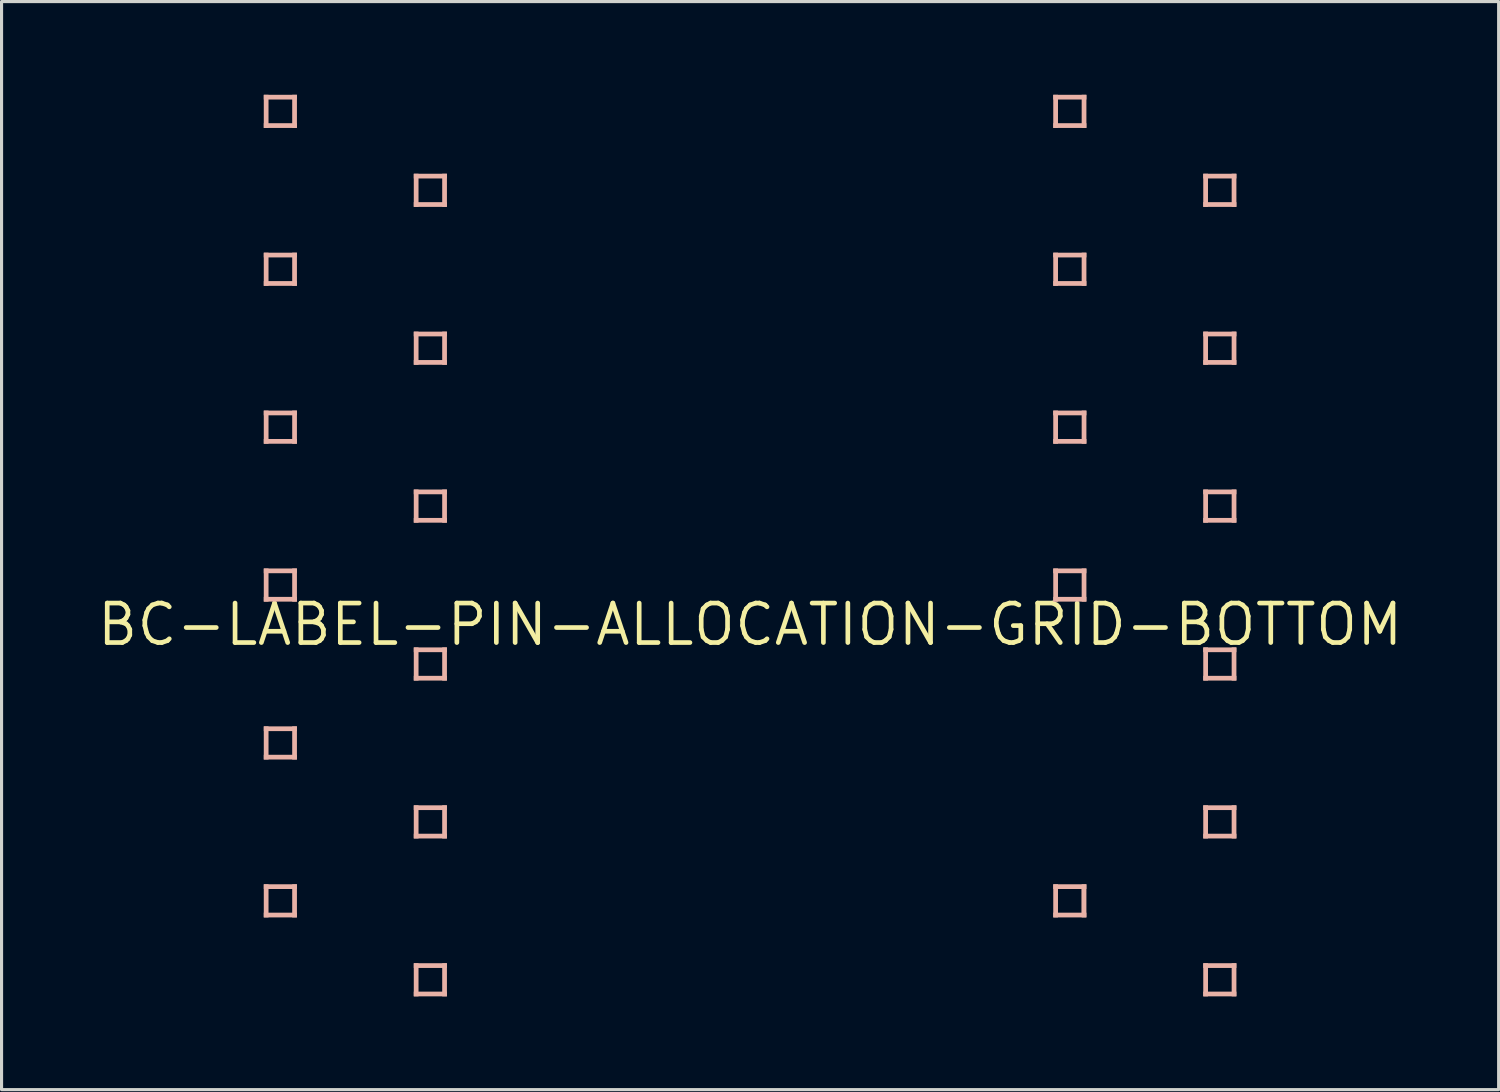
<source format=kicad_pcb>
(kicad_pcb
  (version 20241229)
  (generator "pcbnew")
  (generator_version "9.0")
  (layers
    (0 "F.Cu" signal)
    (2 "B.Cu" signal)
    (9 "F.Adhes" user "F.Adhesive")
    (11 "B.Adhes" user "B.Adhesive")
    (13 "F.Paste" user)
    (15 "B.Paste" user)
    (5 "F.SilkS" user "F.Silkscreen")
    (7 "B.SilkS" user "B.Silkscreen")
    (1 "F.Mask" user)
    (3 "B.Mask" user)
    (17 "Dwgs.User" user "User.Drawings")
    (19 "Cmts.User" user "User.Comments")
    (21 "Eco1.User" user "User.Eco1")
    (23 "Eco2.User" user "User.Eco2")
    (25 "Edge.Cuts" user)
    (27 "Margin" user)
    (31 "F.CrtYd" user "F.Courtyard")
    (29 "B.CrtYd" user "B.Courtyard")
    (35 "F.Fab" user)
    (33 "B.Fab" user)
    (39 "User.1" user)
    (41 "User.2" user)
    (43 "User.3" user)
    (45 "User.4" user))
  (footprint "BC-LABEL-PIN-ALLOCATION-GRID-BOTTOM"
    (layer "F.Cu")
    (at 21.083 17.043)
    (property "Reference" "BC-LABEL-PIN-ALLOCATION-GRID-BOTTOM" (at 0 0 0) (unlocked yes) (layer "F.SilkS") (effects (font (size 1.27 1.27) (thickness 0.15))))
    (fp_poly (pts (xy -15.494 -17.043) (xy -15.646 -17.043) (xy -15.646 -15.977) (xy -15.494 -15.977)) (stroke (width 0) (type default)) (fill yes) (layer "B.SilkS"))
    (fp_poly (pts (xy -15.494 -11.963) (xy -15.646 -11.963) (xy -15.646 -10.897) (xy -15.494 -10.897)) (stroke (width 0) (type default)) (fill yes) (layer "B.SilkS"))
    (fp_poly (pts (xy -15.494 -6.883) (xy -15.646 -6.883) (xy -15.646 -5.817) (xy -15.494 -5.817)) (stroke (width 0) (type default)) (fill yes) (layer "B.SilkS"))
    (fp_poly (pts (xy -15.494 -1.803) (xy -15.646 -1.803) (xy -15.646 -0.737) (xy -15.494 -0.737)) (stroke (width 0) (type default)) (fill yes) (layer "B.SilkS"))
    (fp_poly (pts (xy -15.494 3.277) (xy -15.646 3.277) (xy -15.646 4.343) (xy -15.494 4.343)) (stroke (width 0) (type default)) (fill yes) (layer "B.SilkS"))
    (fp_poly (pts (xy -15.494 8.357) (xy -15.646 8.357) (xy -15.646 9.423) (xy -15.494 9.423)) (stroke (width 0) (type default)) (fill yes) (layer "B.SilkS"))
    (fp_poly (pts (xy -14.58 -17.043) (xy -15.646 -17.043) (xy -15.646 -16.891) (xy -14.58 -16.891)) (stroke (width 0) (type default)) (fill yes) (layer "B.SilkS"))
    (fp_poly (pts (xy -14.58 -17.043) (xy -14.732 -17.043) (xy -14.732 -15.977) (xy -14.58 -15.977)) (stroke (width 0) (type default)) (fill yes) (layer "B.SilkS"))
    (fp_poly (pts (xy -14.58 -16.129) (xy -15.646 -16.129) (xy -15.646 -15.977) (xy -14.58 -15.977)) (stroke (width 0) (type default)) (fill yes) (layer "B.SilkS"))
    (fp_poly (pts (xy -14.58 -11.963) (xy -15.646 -11.963) (xy -15.646 -11.811) (xy -14.58 -11.811)) (stroke (width 0) (type default)) (fill yes) (layer "B.SilkS"))
    (fp_poly (pts (xy -14.58 -11.963) (xy -14.732 -11.963) (xy -14.732 -10.897) (xy -14.58 -10.897)) (stroke (width 0) (type default)) (fill yes) (layer "B.SilkS"))
    (fp_poly (pts (xy -14.58 -11.049) (xy -15.646 -11.049) (xy -15.646 -10.897) (xy -14.58 -10.897)) (stroke (width 0) (type default)) (fill yes) (layer "B.SilkS"))
    (fp_poly (pts (xy -14.58 -6.883) (xy -15.646 -6.883) (xy -15.646 -6.731) (xy -14.58 -6.731)) (stroke (width 0) (type default)) (fill yes) (layer "B.SilkS"))
    (fp_poly (pts (xy -14.58 -6.883) (xy -14.732 -6.883) (xy -14.732 -5.817) (xy -14.58 -5.817)) (stroke (width 0) (type default)) (fill yes) (layer "B.SilkS"))
    (fp_poly (pts (xy -14.58 -5.969) (xy -15.646 -5.969) (xy -15.646 -5.817) (xy -14.58 -5.817)) (stroke (width 0) (type default)) (fill yes) (layer "B.SilkS"))
    (fp_poly (pts (xy -14.58 -1.803) (xy -15.646 -1.803) (xy -15.646 -1.651) (xy -14.58 -1.651)) (stroke (width 0) (type default)) (fill yes) (layer "B.SilkS"))
    (fp_poly (pts (xy -14.58 -1.803) (xy -14.732 -1.803) (xy -14.732 -0.737) (xy -14.58 -0.737)) (stroke (width 0) (type default)) (fill yes) (layer "B.SilkS"))
    (fp_poly (pts (xy -14.58 -0.889) (xy -15.646 -0.889) (xy -15.646 -0.737) (xy -14.58 -0.737)) (stroke (width 0) (type default)) (fill yes) (layer "B.SilkS"))
    (fp_poly (pts (xy -14.58 3.277) (xy -15.646 3.277) (xy -15.646 3.429) (xy -14.58 3.429)) (stroke (width 0) (type default)) (fill yes) (layer "B.SilkS"))
    (fp_poly (pts (xy -14.58 3.277) (xy -14.732 3.277) (xy -14.732 4.343) (xy -14.58 4.343)) (stroke (width 0) (type default)) (fill yes) (layer "B.SilkS"))
    (fp_poly (pts (xy -14.58 4.191) (xy -15.646 4.191) (xy -15.646 4.343) (xy -14.58 4.343)) (stroke (width 0) (type default)) (fill yes) (layer "B.SilkS"))
    (fp_poly (pts (xy -14.58 8.357) (xy -15.646 8.357) (xy -15.646 8.509) (xy -14.58 8.509)) (stroke (width 0) (type default)) (fill yes) (layer "B.SilkS"))
    (fp_poly (pts (xy -14.58 8.357) (xy -14.732 8.357) (xy -14.732 9.423) (xy -14.58 9.423)) (stroke (width 0) (type default)) (fill yes) (layer "B.SilkS"))
    (fp_poly (pts (xy -14.58 9.271) (xy -15.646 9.271) (xy -15.646 9.423) (xy -14.58 9.423)) (stroke (width 0) (type default)) (fill yes) (layer "B.SilkS"))
    (fp_poly (pts (xy -10.82 -14.351) (xy -9.754 -14.351) (xy -9.754 -14.503) (xy -10.82 -14.503)) (stroke (width 0) (type default)) (fill yes) (layer "B.SilkS"))
    (fp_poly (pts (xy -10.82 -13.437) (xy -10.668 -13.437) (xy -10.668 -14.503) (xy -10.82 -14.503)) (stroke (width 0) (type default)) (fill yes) (layer "B.SilkS"))
    (fp_poly (pts (xy -10.82 -13.437) (xy -9.754 -13.437) (xy -9.754 -13.589) (xy -10.82 -13.589)) (stroke (width 0) (type default)) (fill yes) (layer "B.SilkS"))
    (fp_poly (pts (xy -10.82 -9.271) (xy -9.754 -9.271) (xy -9.754 -9.423) (xy -10.82 -9.423)) (stroke (width 0) (type default)) (fill yes) (layer "B.SilkS"))
    (fp_poly (pts (xy -10.82 -8.357) (xy -10.668 -8.357) (xy -10.668 -9.423) (xy -10.82 -9.423)) (stroke (width 0) (type default)) (fill yes) (layer "B.SilkS"))
    (fp_poly (pts (xy -10.82 -8.357) (xy -9.754 -8.357) (xy -9.754 -8.509) (xy -10.82 -8.509)) (stroke (width 0) (type default)) (fill yes) (layer "B.SilkS"))
    (fp_poly (pts (xy -10.82 -4.191) (xy -9.754 -4.191) (xy -9.754 -4.343) (xy -10.82 -4.343)) (stroke (width 0) (type default)) (fill yes) (layer "B.SilkS"))
    (fp_poly (pts (xy -10.82 -3.277) (xy -10.668 -3.277) (xy -10.668 -4.343) (xy -10.82 -4.343)) (stroke (width 0) (type default)) (fill yes) (layer "B.SilkS"))
    (fp_poly (pts (xy -10.82 -3.277) (xy -9.754 -3.277) (xy -9.754 -3.429) (xy -10.82 -3.429)) (stroke (width 0) (type default)) (fill yes) (layer "B.SilkS"))
    (fp_poly (pts (xy -10.82 0.889) (xy -9.754 0.889) (xy -9.754 0.737) (xy -10.82 0.737)) (stroke (width 0) (type default)) (fill yes) (layer "B.SilkS"))
    (fp_poly (pts (xy -10.82 1.803) (xy -10.668 1.803) (xy -10.668 0.737) (xy -10.82 0.737)) (stroke (width 0) (type default)) (fill yes) (layer "B.SilkS"))
    (fp_poly (pts (xy -10.82 1.803) (xy -9.754 1.803) (xy -9.754 1.651) (xy -10.82 1.651)) (stroke (width 0) (type default)) (fill yes) (layer "B.SilkS"))
    (fp_poly (pts (xy -10.82 5.969) (xy -9.754 5.969) (xy -9.754 5.817) (xy -10.82 5.817)) (stroke (width 0) (type default)) (fill yes) (layer "B.SilkS"))
    (fp_poly (pts (xy -10.82 6.883) (xy -10.668 6.883) (xy -10.668 5.817) (xy -10.82 5.817)) (stroke (width 0) (type default)) (fill yes) (layer "B.SilkS"))
    (fp_poly (pts (xy -10.82 6.883) (xy -9.754 6.883) (xy -9.754 6.731) (xy -10.82 6.731)) (stroke (width 0) (type default)) (fill yes) (layer "B.SilkS"))
    (fp_poly (pts (xy -10.82 11.049) (xy -9.754 11.049) (xy -9.754 10.897) (xy -10.82 10.897)) (stroke (width 0) (type default)) (fill yes) (layer "B.SilkS"))
    (fp_poly (pts (xy -10.82 11.963) (xy -10.668 11.963) (xy -10.668 10.897) (xy -10.82 10.897)) (stroke (width 0) (type default)) (fill yes) (layer "B.SilkS"))
    (fp_poly (pts (xy -10.82 11.963) (xy -9.754 11.963) (xy -9.754 11.811) (xy -10.82 11.811)) (stroke (width 0) (type default)) (fill yes) (layer "B.SilkS"))
    (fp_poly (pts (xy -9.906 -13.437) (xy -9.754 -13.437) (xy -9.754 -14.503) (xy -9.906 -14.503)) (stroke (width 0) (type default)) (fill yes) (layer "B.SilkS"))
    (fp_poly (pts (xy -9.906 -8.357) (xy -9.754 -8.357) (xy -9.754 -9.423) (xy -9.906 -9.423)) (stroke (width 0) (type default)) (fill yes) (layer "B.SilkS"))
    (fp_poly (pts (xy -9.906 -3.277) (xy -9.754 -3.277) (xy -9.754 -4.343) (xy -9.906 -4.343)) (stroke (width 0) (type default)) (fill yes) (layer "B.SilkS"))
    (fp_poly (pts (xy -9.906 1.803) (xy -9.754 1.803) (xy -9.754 0.737) (xy -9.906 0.737)) (stroke (width 0) (type default)) (fill yes) (layer "B.SilkS"))
    (fp_poly (pts (xy -9.906 6.883) (xy -9.754 6.883) (xy -9.754 5.817) (xy -9.906 5.817)) (stroke (width 0) (type default)) (fill yes) (layer "B.SilkS"))
    (fp_poly (pts (xy -9.906 11.963) (xy -9.754 11.963) (xy -9.754 10.897) (xy -9.906 10.897)) (stroke (width 0) (type default)) (fill yes) (layer "B.SilkS"))
    (fp_poly (pts (xy 9.906 -17.043) (xy 9.754 -17.043) (xy 9.754 -15.977) (xy 9.906 -15.977)) (stroke (width 0) (type default)) (fill yes) (layer "B.SilkS"))
    (fp_poly (pts (xy 9.906 -11.963) (xy 9.754 -11.963) (xy 9.754 -10.897) (xy 9.906 -10.897)) (stroke (width 0) (type default)) (fill yes) (layer "B.SilkS"))
    (fp_poly (pts (xy 9.906 -6.883) (xy 9.754 -6.883) (xy 9.754 -5.817) (xy 9.906 -5.817)) (stroke (width 0) (type default)) (fill yes) (layer "B.SilkS"))
    (fp_poly (pts (xy 9.906 -1.803) (xy 9.754 -1.803) (xy 9.754 -0.737) (xy 9.906 -0.737)) (stroke (width 0) (type default)) (fill yes) (layer "B.SilkS"))
    (fp_poly (pts (xy 9.906 8.357) (xy 9.754 8.357) (xy 9.754 9.423) (xy 9.906 9.423)) (stroke (width 0) (type default)) (fill yes) (layer "B.SilkS"))
    (fp_poly (pts (xy 10.668 9.398) (xy 10.795 9.398) (xy 10.795 8.382) (xy 10.668 8.382)) (stroke (width 0) (type default)) (fill yes) (layer "B.SilkS"))
    (fp_poly (pts (xy 10.82 -17.043) (xy 9.754 -17.043) (xy 9.754 -16.891) (xy 10.82 -16.891)) (stroke (width 0) (type default)) (fill yes) (layer "B.SilkS"))
    (fp_poly (pts (xy 10.82 -17.043) (xy 10.668 -17.043) (xy 10.668 -15.977) (xy 10.82 -15.977)) (stroke (width 0) (type default)) (fill yes) (layer "B.SilkS"))
    (fp_poly (pts (xy 10.82 -16.129) (xy 9.754 -16.129) (xy 9.754 -15.977) (xy 10.82 -15.977)) (stroke (width 0) (type default)) (fill yes) (layer "B.SilkS"))
    (fp_poly (pts (xy 10.82 -11.963) (xy 9.754 -11.963) (xy 9.754 -11.811) (xy 10.82 -11.811)) (stroke (width 0) (type default)) (fill yes) (layer "B.SilkS"))
    (fp_poly (pts (xy 10.82 -11.963) (xy 10.668 -11.963) (xy 10.668 -10.897) (xy 10.82 -10.897)) (stroke (width 0) (type default)) (fill yes) (layer "B.SilkS"))
    (fp_poly (pts (xy 10.82 -11.049) (xy 9.754 -11.049) (xy 9.754 -10.897) (xy 10.82 -10.897)) (stroke (width 0) (type default)) (fill yes) (layer "B.SilkS"))
    (fp_poly (pts (xy 10.82 -6.883) (xy 9.754 -6.883) (xy 9.754 -6.731) (xy 10.82 -6.731)) (stroke (width 0) (type default)) (fill yes) (layer "B.SilkS"))
    (fp_poly (pts (xy 10.82 -6.883) (xy 10.668 -6.883) (xy 10.668 -5.817) (xy 10.82 -5.817)) (stroke (width 0) (type default)) (fill yes) (layer "B.SilkS"))
    (fp_poly (pts (xy 10.82 -5.969) (xy 9.754 -5.969) (xy 9.754 -5.817) (xy 10.82 -5.817)) (stroke (width 0) (type default)) (fill yes) (layer "B.SilkS"))
    (fp_poly (pts (xy 10.82 -1.803) (xy 9.754 -1.803) (xy 9.754 -1.651) (xy 10.82 -1.651)) (stroke (width 0) (type default)) (fill yes) (layer "B.SilkS"))
    (fp_poly (pts (xy 10.82 -1.803) (xy 10.668 -1.803) (xy 10.668 -0.737) (xy 10.82 -0.737)) (stroke (width 0) (type default)) (fill yes) (layer "B.SilkS"))
    (fp_poly (pts (xy 10.82 -0.889) (xy 9.754 -0.889) (xy 9.754 -0.737) (xy 10.82 -0.737)) (stroke (width 0) (type default)) (fill yes) (layer "B.SilkS"))
    (fp_poly (pts (xy 10.82 8.357) (xy 9.754 8.357) (xy 9.754 8.509) (xy 10.82 8.509)) (stroke (width 0) (type default)) (fill yes) (layer "B.SilkS"))
    (fp_poly (pts (xy 10.82 8.357) (xy 10.668 8.357) (xy 10.668 9.423) (xy 10.82 9.423)) (stroke (width 0) (type default)) (fill yes) (layer "B.SilkS"))
    (fp_poly (pts (xy 10.82 9.271) (xy 9.754 9.271) (xy 9.754 9.423) (xy 10.82 9.423)) (stroke (width 0) (type default)) (fill yes) (layer "B.SilkS"))
    (fp_poly (pts (xy 14.58 -14.351) (xy 15.646 -14.351) (xy 15.646 -14.503) (xy 14.58 -14.503)) (stroke (width 0) (type default)) (fill yes) (layer "B.SilkS"))
    (fp_poly (pts (xy 14.58 -13.437) (xy 14.732 -13.437) (xy 14.732 -14.503) (xy 14.58 -14.503)) (stroke (width 0) (type default)) (fill yes) (layer "B.SilkS"))
    (fp_poly (pts (xy 14.58 -13.437) (xy 15.646 -13.437) (xy 15.646 -13.589) (xy 14.58 -13.589)) (stroke (width 0) (type default)) (fill yes) (layer "B.SilkS"))
    (fp_poly (pts (xy 14.58 -9.271) (xy 15.646 -9.271) (xy 15.646 -9.423) (xy 14.58 -9.423)) (stroke (width 0) (type default)) (fill yes) (layer "B.SilkS"))
    (fp_poly (pts (xy 14.58 -8.357) (xy 14.732 -8.357) (xy 14.732 -9.423) (xy 14.58 -9.423)) (stroke (width 0) (type default)) (fill yes) (layer "B.SilkS"))
    (fp_poly (pts (xy 14.58 -8.357) (xy 15.646 -8.357) (xy 15.646 -8.509) (xy 14.58 -8.509)) (stroke (width 0) (type default)) (fill yes) (layer "B.SilkS"))
    (fp_poly (pts (xy 14.58 -4.191) (xy 15.646 -4.191) (xy 15.646 -4.343) (xy 14.58 -4.343)) (stroke (width 0) (type default)) (fill yes) (layer "B.SilkS"))
    (fp_poly (pts (xy 14.58 -3.277) (xy 14.732 -3.277) (xy 14.732 -4.343) (xy 14.58 -4.343)) (stroke (width 0) (type default)) (fill yes) (layer "B.SilkS"))
    (fp_poly (pts (xy 14.58 -3.277) (xy 15.646 -3.277) (xy 15.646 -3.429) (xy 14.58 -3.429)) (stroke (width 0) (type default)) (fill yes) (layer "B.SilkS"))
    (fp_poly (pts (xy 14.58 0.889) (xy 15.646 0.889) (xy 15.646 0.737) (xy 14.58 0.737)) (stroke (width 0) (type default)) (fill yes) (layer "B.SilkS"))
    (fp_poly (pts (xy 14.58 1.803) (xy 14.732 1.803) (xy 14.732 0.737) (xy 14.58 0.737)) (stroke (width 0) (type default)) (fill yes) (layer "B.SilkS"))
    (fp_poly (pts (xy 14.58 1.803) (xy 15.646 1.803) (xy 15.646 1.651) (xy 14.58 1.651)) (stroke (width 0) (type default)) (fill yes) (layer "B.SilkS"))
    (fp_poly (pts (xy 14.58 5.969) (xy 15.646 5.969) (xy 15.646 5.817) (xy 14.58 5.817)) (stroke (width 0) (type default)) (fill yes) (layer "B.SilkS"))
    (fp_poly (pts (xy 14.58 6.883) (xy 14.732 6.883) (xy 14.732 5.817) (xy 14.58 5.817)) (stroke (width 0) (type default)) (fill yes) (layer "B.SilkS"))
    (fp_poly (pts (xy 14.58 6.883) (xy 15.646 6.883) (xy 15.646 6.731) (xy 14.58 6.731)) (stroke (width 0) (type default)) (fill yes) (layer "B.SilkS"))
    (fp_poly (pts (xy 14.58 11.049) (xy 15.646 11.049) (xy 15.646 10.897) (xy 14.58 10.897)) (stroke (width 0) (type default)) (fill yes) (layer "B.SilkS"))
    (fp_poly (pts (xy 14.58 11.963) (xy 14.732 11.963) (xy 14.732 10.897) (xy 14.58 10.897)) (stroke (width 0) (type default)) (fill yes) (layer "B.SilkS"))
    (fp_poly (pts (xy 14.58 11.963) (xy 15.646 11.963) (xy 15.646 11.811) (xy 14.58 11.811)) (stroke (width 0) (type default)) (fill yes) (layer "B.SilkS"))
    (fp_poly (pts (xy 15.494 -13.437) (xy 15.646 -13.437) (xy 15.646 -14.503) (xy 15.494 -14.503)) (stroke (width 0) (type default)) (fill yes) (layer "B.SilkS"))
    (fp_poly (pts (xy 15.494 -8.357) (xy 15.646 -8.357) (xy 15.646 -9.423) (xy 15.494 -9.423)) (stroke (width 0) (type default)) (fill yes) (layer "B.SilkS"))
    (fp_poly (pts (xy 15.494 -3.277) (xy 15.646 -3.277) (xy 15.646 -4.343) (xy 15.494 -4.343)) (stroke (width 0) (type default)) (fill yes) (layer "B.SilkS"))
    (fp_poly (pts (xy 15.494 1.803) (xy 15.646 1.803) (xy 15.646 0.737) (xy 15.494 0.737)) (stroke (width 0) (type default)) (fill yes) (layer "B.SilkS"))
    (fp_poly (pts (xy 15.494 6.883) (xy 15.646 6.883) (xy 15.646 5.817) (xy 15.494 5.817)) (stroke (width 0) (type default)) (fill yes) (layer "B.SilkS"))
    (fp_poly (pts (xy 15.494 11.963) (xy 15.646 11.963) (xy 15.646 10.897) (xy 15.494 10.897)) (stroke (width 0) (type default)) (fill yes) (layer "B.SilkS")))
  (gr_rect
    (start -3 -3)
    (end 45.166 32.007)
    (stroke (width 0.1) (type default))
    (fill no)
    (layer "Edge.Cuts")))
</source>
